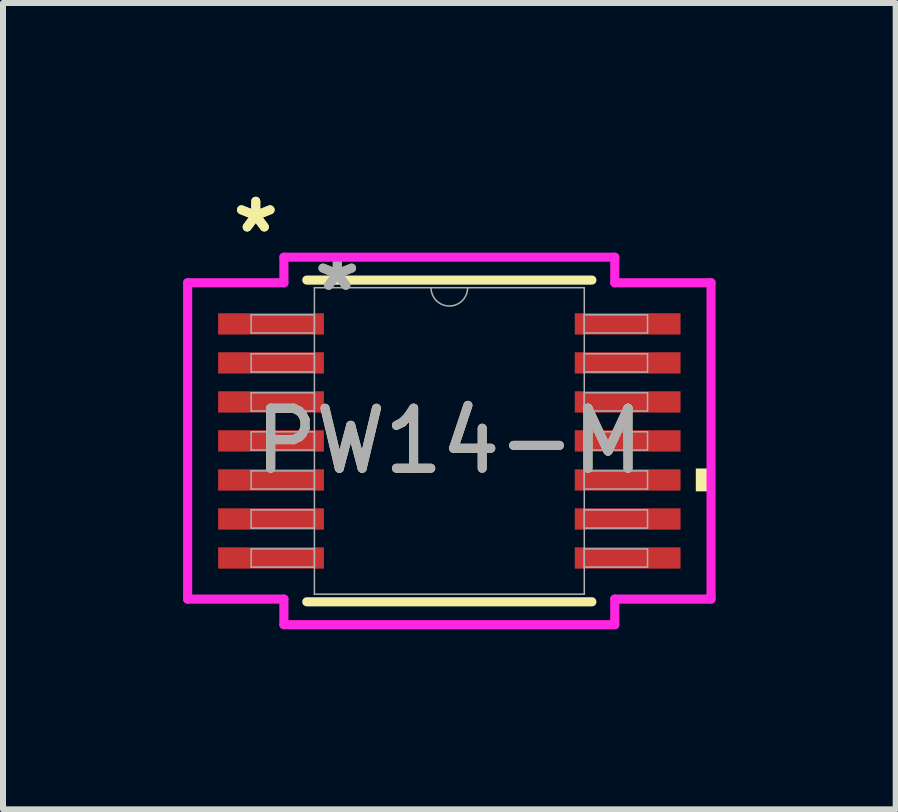
<source format=kicad_pcb>
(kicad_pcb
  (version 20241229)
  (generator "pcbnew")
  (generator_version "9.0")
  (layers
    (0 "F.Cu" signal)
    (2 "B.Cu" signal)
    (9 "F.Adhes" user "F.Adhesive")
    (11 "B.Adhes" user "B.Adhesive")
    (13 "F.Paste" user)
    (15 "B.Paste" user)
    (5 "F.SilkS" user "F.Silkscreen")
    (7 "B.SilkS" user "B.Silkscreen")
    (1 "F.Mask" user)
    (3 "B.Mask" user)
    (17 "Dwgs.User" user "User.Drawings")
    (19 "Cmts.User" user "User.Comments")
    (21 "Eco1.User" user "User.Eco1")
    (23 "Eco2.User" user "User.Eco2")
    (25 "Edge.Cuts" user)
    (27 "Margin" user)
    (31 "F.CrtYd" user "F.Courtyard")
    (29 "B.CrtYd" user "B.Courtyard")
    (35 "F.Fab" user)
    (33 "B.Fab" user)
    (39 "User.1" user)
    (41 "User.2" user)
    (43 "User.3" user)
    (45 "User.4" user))
  (footprint "PW14-M"
    (layer "F.Cu")
    (at 4.436 4.296)
    (property "Reference" "PW14-M" (at 0 0 0) (unlocked yes) (layer "F.SilkS") (effects (font (size 1 1) (thickness 0.15))))
    (attr smd)
    (fp_line (start -2.375 2.68) (end 2.375 2.68) (stroke (width 0.152) (type solid)) (layer "F.SilkS"))
    (fp_line (start 2.375 -2.68) (end -2.375 -2.68) (stroke (width 0.152) (type solid)) (layer "F.SilkS"))
    (fp_poly (pts (xy 4.36 0.459) (xy 4.36 0.84) (xy 4.106 0.84) (xy 4.106 0.459)) (stroke (width 0) (type solid)) (fill yes) (layer "F.SilkS"))
    (fp_line (start -4.36 -2.635) (end -2.756 -2.635) (stroke (width 0.152) (type solid)) (layer "F.CrtYd"))
    (fp_line (start -4.36 2.635) (end -4.36 -2.635) (stroke (width 0.152) (type solid)) (layer "F.CrtYd"))
    (fp_line (start -4.36 2.635) (end -2.756 2.635) (stroke (width 0.152) (type solid)) (layer "F.CrtYd"))
    (fp_line (start -2.756 -3.061) (end 2.756 -3.061) (stroke (width 0.152) (type solid)) (layer "F.CrtYd"))
    (fp_line (start -2.756 -2.635) (end -2.756 -3.061) (stroke (width 0.152) (type solid)) (layer "F.CrtYd"))
    (fp_line (start -2.756 3.061) (end -2.756 2.635) (stroke (width 0.152) (type solid)) (layer "F.CrtYd"))
    (fp_line (start 2.756 -3.061) (end 2.756 -2.635) (stroke (width 0.152) (type solid)) (layer "F.CrtYd"))
    (fp_line (start 2.756 2.635) (end 2.756 3.061) (stroke (width 0.152) (type solid)) (layer "F.CrtYd"))
    (fp_line (start 2.756 3.061) (end -2.756 3.061) (stroke (width 0.152) (type solid)) (layer "F.CrtYd"))
    (fp_line (start 4.36 -2.635) (end 2.756 -2.635) (stroke (width 0.152) (type solid)) (layer "F.CrtYd"))
    (fp_line (start 4.36 -2.635) (end 4.36 2.635) (stroke (width 0.152) (type solid)) (layer "F.CrtYd"))
    (fp_line (start 4.36 2.635) (end 2.756 2.635) (stroke (width 0.152) (type solid)) (layer "F.CrtYd"))
    (fp_line (start -3.302 -2.102) (end -3.302 -1.798) (stroke (width 0.025) (type solid)) (layer "F.Fab"))
    (fp_line (start -3.302 -1.798) (end -2.248 -1.798) (stroke (width 0.025) (type solid)) (layer "F.Fab"))
    (fp_line (start -3.302 -1.452) (end -3.302 -1.148) (stroke (width 0.025) (type solid)) (layer "F.Fab"))
    (fp_line (start -3.302 -1.148) (end -2.248 -1.148) (stroke (width 0.025) (type solid)) (layer "F.Fab"))
    (fp_line (start -3.302 -0.802) (end -3.302 -0.498) (stroke (width 0.025) (type solid)) (layer "F.Fab"))
    (fp_line (start -3.302 -0.498) (end -2.248 -0.498) (stroke (width 0.025) (type solid)) (layer "F.Fab"))
    (fp_line (start -3.302 -0.152) (end -3.302 0.152) (stroke (width 0.025) (type solid)) (layer "F.Fab"))
    (fp_line (start -3.302 0.152) (end -2.248 0.152) (stroke (width 0.025) (type solid)) (layer "F.Fab"))
    (fp_line (start -3.302 0.498) (end -3.302 0.802) (stroke (width 0.025) (type solid)) (layer "F.Fab"))
    (fp_line (start -3.302 0.802) (end -2.248 0.802) (stroke (width 0.025) (type solid)) (layer "F.Fab"))
    (fp_line (start -3.302 1.148) (end -3.302 1.452) (stroke (width 0.025) (type solid)) (layer "F.Fab"))
    (fp_line (start -3.302 1.452) (end -2.248 1.452) (stroke (width 0.025) (type solid)) (layer "F.Fab"))
    (fp_line (start -3.302 1.798) (end -3.302 2.102) (stroke (width 0.025) (type solid)) (layer "F.Fab"))
    (fp_line (start -3.302 2.102) (end -2.248 2.102) (stroke (width 0.025) (type solid)) (layer "F.Fab"))
    (fp_line (start -2.248 -2.553) (end -2.248 2.553) (stroke (width 0.025) (type solid)) (layer "F.Fab"))
    (fp_line (start -2.248 -2.102) (end -3.302 -2.102) (stroke (width 0.025) (type solid)) (layer "F.Fab"))
    (fp_line (start -2.248 -1.798) (end -2.248 -2.102) (stroke (width 0.025) (type solid)) (layer "F.Fab"))
    (fp_line (start -2.248 -1.452) (end -3.302 -1.452) (stroke (width 0.025) (type solid)) (layer "F.Fab"))
    (fp_line (start -2.248 -1.148) (end -2.248 -1.452) (stroke (width 0.025) (type solid)) (layer "F.Fab"))
    (fp_line (start -2.248 -0.802) (end -3.302 -0.802) (stroke (width 0.025) (type solid)) (layer "F.Fab"))
    (fp_line (start -2.248 -0.498) (end -2.248 -0.802) (stroke (width 0.025) (type solid)) (layer "F.Fab"))
    (fp_line (start -2.248 -0.152) (end -3.302 -0.152) (stroke (width 0.025) (type solid)) (layer "F.Fab"))
    (fp_line (start -2.248 0.152) (end -2.248 -0.152) (stroke (width 0.025) (type solid)) (layer "F.Fab"))
    (fp_line (start -2.248 0.498) (end -3.302 0.498) (stroke (width 0.025) (type solid)) (layer "F.Fab"))
    (fp_line (start -2.248 0.802) (end -2.248 0.498) (stroke (width 0.025) (type solid)) (layer "F.Fab"))
    (fp_line (start -2.248 1.148) (end -3.302 1.148) (stroke (width 0.025) (type solid)) (layer "F.Fab"))
    (fp_line (start -2.248 1.452) (end -2.248 1.148) (stroke (width 0.025) (type solid)) (layer "F.Fab"))
    (fp_line (start -2.248 1.798) (end -3.302 1.798) (stroke (width 0.025) (type solid)) (layer "F.Fab"))
    (fp_line (start -2.248 2.102) (end -2.248 1.798) (stroke (width 0.025) (type solid)) (layer "F.Fab"))
    (fp_line (start -2.248 2.553) (end 2.248 2.553) (stroke (width 0.025) (type solid)) (layer "F.Fab"))
    (fp_line (start 2.248 -2.553) (end -2.248 -2.553) (stroke (width 0.025) (type solid)) (layer "F.Fab"))
    (fp_line (start 2.248 -2.102) (end 2.248 -1.798) (stroke (width 0.025) (type solid)) (layer "F.Fab"))
    (fp_line (start 2.248 -1.798) (end 3.302 -1.798) (stroke (width 0.025) (type solid)) (layer "F.Fab"))
    (fp_line (start 2.248 -1.452) (end 2.248 -1.148) (stroke (width 0.025) (type solid)) (layer "F.Fab"))
    (fp_line (start 2.248 -1.148) (end 3.302 -1.148) (stroke (width 0.025) (type solid)) (layer "F.Fab"))
    (fp_line (start 2.248 -0.802) (end 2.248 -0.498) (stroke (width 0.025) (type solid)) (layer "F.Fab"))
    (fp_line (start 2.248 -0.498) (end 3.302 -0.498) (stroke (width 0.025) (type solid)) (layer "F.Fab"))
    (fp_line (start 2.248 -0.152) (end 2.248 0.152) (stroke (width 0.025) (type solid)) (layer "F.Fab"))
    (fp_line (start 2.248 0.152) (end 3.302 0.152) (stroke (width 0.025) (type solid)) (layer "F.Fab"))
    (fp_line (start 2.248 0.498) (end 2.248 0.802) (stroke (width 0.025) (type solid)) (layer "F.Fab"))
    (fp_line (start 2.248 0.802) (end 3.302 0.802) (stroke (width 0.025) (type solid)) (layer "F.Fab"))
    (fp_line (start 2.248 1.148) (end 2.248 1.452) (stroke (width 0.025) (type solid)) (layer "F.Fab"))
    (fp_line (start 2.248 1.452) (end 3.302 1.452) (stroke (width 0.025) (type solid)) (layer "F.Fab"))
    (fp_line (start 2.248 1.798) (end 2.248 2.102) (stroke (width 0.025) (type solid)) (layer "F.Fab"))
    (fp_line (start 2.248 2.102) (end 3.302 2.102) (stroke (width 0.025) (type solid)) (layer "F.Fab"))
    (fp_line (start 2.248 2.553) (end 2.248 -2.553) (stroke (width 0.025) (type solid)) (layer "F.Fab"))
    (fp_line (start 3.302 -2.102) (end 2.248 -2.102) (stroke (width 0.025) (type solid)) (layer "F.Fab"))
    (fp_line (start 3.302 -1.798) (end 3.302 -2.102) (stroke (width 0.025) (type solid)) (layer "F.Fab"))
    (fp_line (start 3.302 -1.452) (end 2.248 -1.452) (stroke (width 0.025) (type solid)) (layer "F.Fab"))
    (fp_line (start 3.302 -1.148) (end 3.302 -1.452) (stroke (width 0.025) (type solid)) (layer "F.Fab"))
    (fp_line (start 3.302 -0.802) (end 2.248 -0.802) (stroke (width 0.025) (type solid)) (layer "F.Fab"))
    (fp_line (start 3.302 -0.498) (end 3.302 -0.802) (stroke (width 0.025) (type solid)) (layer "F.Fab"))
    (fp_line (start 3.302 -0.152) (end 2.248 -0.152) (stroke (width 0.025) (type solid)) (layer "F.Fab"))
    (fp_line (start 3.302 0.152) (end 3.302 -0.152) (stroke (width 0.025) (type solid)) (layer "F.Fab"))
    (fp_line (start 3.302 0.498) (end 2.248 0.498) (stroke (width 0.025) (type solid)) (layer "F.Fab"))
    (fp_line (start 3.302 0.802) (end 3.302 0.498) (stroke (width 0.025) (type solid)) (layer "F.Fab"))
    (fp_line (start 3.302 1.148) (end 2.248 1.148) (stroke (width 0.025) (type solid)) (layer "F.Fab"))
    (fp_line (start 3.302 1.452) (end 3.302 1.148) (stroke (width 0.025) (type solid)) (layer "F.Fab"))
    (fp_line (start 3.302 1.798) (end 2.248 1.798) (stroke (width 0.025) (type solid)) (layer "F.Fab"))
    (fp_line (start 3.302 2.102) (end 3.302 1.798) (stroke (width 0.025) (type solid)) (layer "F.Fab"))
    (fp_arc (start 0.3048 -2.5527) (mid 0 -2.2479) (end -0.3048 -2.5527) (stroke (width 0.0254) (type solid)) (layer "F.Fab"))
    (fp_text user "*" (at -3.225 -3.448 0) (layer "F.SilkS") (effects (font (size 1 1) (thickness 0.15))))
    (fp_text user "*" (at -3.225 -3.448 0) (unlocked yes) (layer "F.SilkS") (effects (font (size 1 1) (thickness 0.15))))
    (fp_text user "*" (at -1.867 -2.477 0) (layer "F.Fab") (effects (font (size 1 1) (thickness 0.15))))
    (fp_text user "${REFERENCE}" (at 0 0 0) (unlocked yes) (layer "F.Fab") (effects (font (size 1 1) (thickness 0.15))))
    (fp_text user "*" (at -1.867 -2.477 0) (unlocked yes) (layer "F.Fab") (effects (font (size 1 1) (thickness 0.15))))
    (pad "1" smd rect (at -2.971 -1.95) (size 1.762 0.355) (layers "F.Cu" "F.Mask" "F.Paste"))
    (pad "2" smd rect (at -2.971 -1.3) (size 1.762 0.355) (layers "F.Cu" "F.Mask" "F.Paste"))
    (pad "3" smd rect (at -2.971 -0.65) (size 1.762 0.355) (layers "F.Cu" "F.Mask" "F.Paste"))
    (pad "4" smd rect (at -2.971 0) (size 1.762 0.355) (layers "F.Cu" "F.Mask" "F.Paste"))
    (pad "5" smd rect (at -2.971 0.65) (size 1.762 0.355) (layers "F.Cu" "F.Mask" "F.Paste"))
    (pad "6" smd rect (at -2.971 1.3) (size 1.762 0.355) (layers "F.Cu" "F.Mask" "F.Paste"))
    (pad "7" smd rect (at -2.971 1.95) (size 1.762 0.355) (layers "F.Cu" "F.Mask" "F.Paste"))
    (pad "8" smd rect (at 2.971 1.95) (size 1.762 0.355) (layers "F.Cu" "F.Mask" "F.Paste"))
    (pad "9" smd rect (at 2.971 1.3) (size 1.762 0.355) (layers "F.Cu" "F.Mask" "F.Paste"))
    (pad "10" smd rect (at 2.971 0.65) (size 1.762 0.355) (layers "F.Cu" "F.Mask" "F.Paste"))
    (pad "11" smd rect (at 2.971 0) (size 1.762 0.355) (layers "F.Cu" "F.Mask" "F.Paste"))
    (pad "12" smd rect (at 2.971 -0.65) (size 1.762 0.355) (layers "F.Cu" "F.Mask" "F.Paste"))
    (pad "13" smd rect (at 2.971 -1.3) (size 1.762 0.355) (layers "F.Cu" "F.Mask" "F.Paste"))
    (pad "14" smd rect (at 2.971 -1.95) (size 1.762 0.355) (layers "F.Cu" "F.Mask" "F.Paste")))
  (gr_rect
    (start -3 -3)
    (end 11.872 10.433)
    (stroke (width 0.1) (type default))
    (fill no)
    (layer "Edge.Cuts")))
</source>
